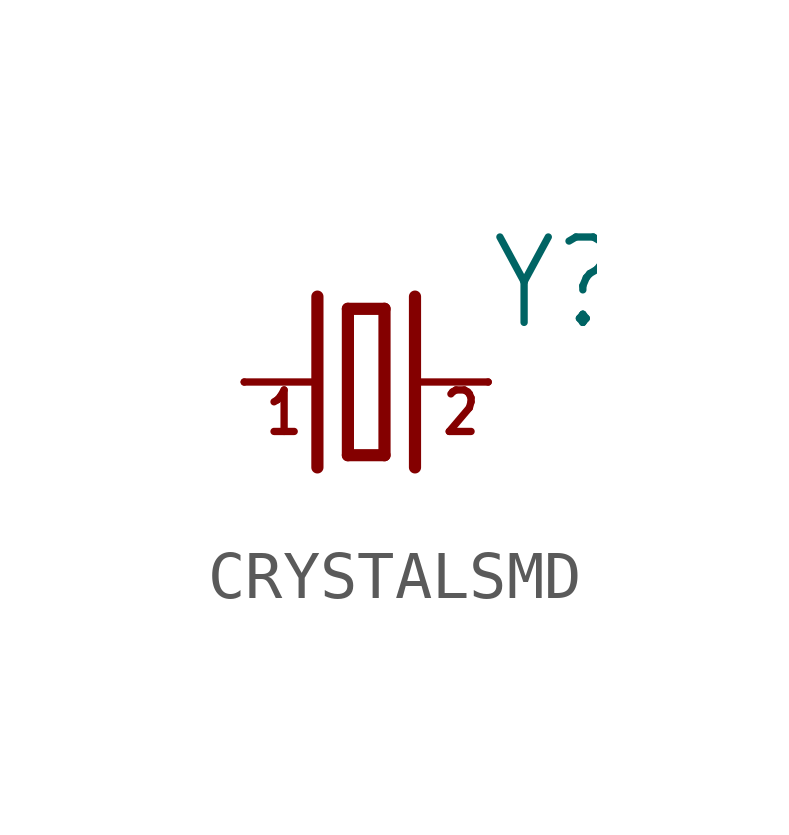
<source format=kicad_sym>
(kicad_symbol_lib
  (version 20241209)
  (generator "kicad_symbol_editor")
  (generator_version "9.0")
  (symbol "CRYSTALSMD"
    (property "Reference" "Y"
      (at 2.54 1.016 0)
      (effects (font (size 1.778 1.511)) (justify left bottom)))
    (property "Value" ""
      (at 2.54 -2.54 0)
      (effects (font (size 1.778 1.511)) (justify left bottom)))
    (property "ki_locked" ""
      (at 0 0 0)
      (effects (font (size 1.27 1.27))))
    (symbol "CRYSTALSMD_1_0"
      (polyline (pts (xy -2.54 0) (xy -1.016 0)) (stroke (width 0.152) (type solid)) (fill (type none)))
      (polyline (pts (xy -1.016 1.778) (xy -1.016 -1.778)) (stroke (width 0.254) (type solid)) (fill (type none)))
      (polyline (pts (xy -0.381 1.524) (xy -0.381 -1.524)) (stroke (width 0.254) (type solid)) (fill (type none)))
      (polyline (pts (xy -0.381 -1.524) (xy 0.381 -1.524)) (stroke (width 0.254) (type solid)) (fill (type none)))
      (polyline (pts (xy 0.381 1.524) (xy -0.381 1.524)) (stroke (width 0.254) (type solid)) (fill (type none)))
      (polyline (pts (xy 0.381 -1.524) (xy 0.381 1.524)) (stroke (width 0.254) (type solid)) (fill (type none)))
      (polyline (pts (xy 1.016 1.778) (xy 1.016 -1.778)) (stroke (width 0.254) (type solid)) (fill (type none)))
      (polyline (pts (xy 1.016 0) (xy 2.54 0)) (stroke (width 0.152) (type solid)) (fill (type none)))
      (text "1" (at -2.159 -1.143 0) (effects (font (size 0.864 0.734)) (justify left bottom)))
      (text "2" (at 1.524 -1.143 0) (effects (font (size 0.864 0.734)) (justify left bottom)))
      (pin passive line (at -2.54 0 0) (length 0) (name "1" (effects (font (size 0 0)))) (number "1" (effects (font (size 0 0)))))
      (pin passive line (at 2.54 0 180) (length 0) (name "2" (effects (font (size 0 0)))) (number "2" (effects (font (size 0 0))))))))
</source>
